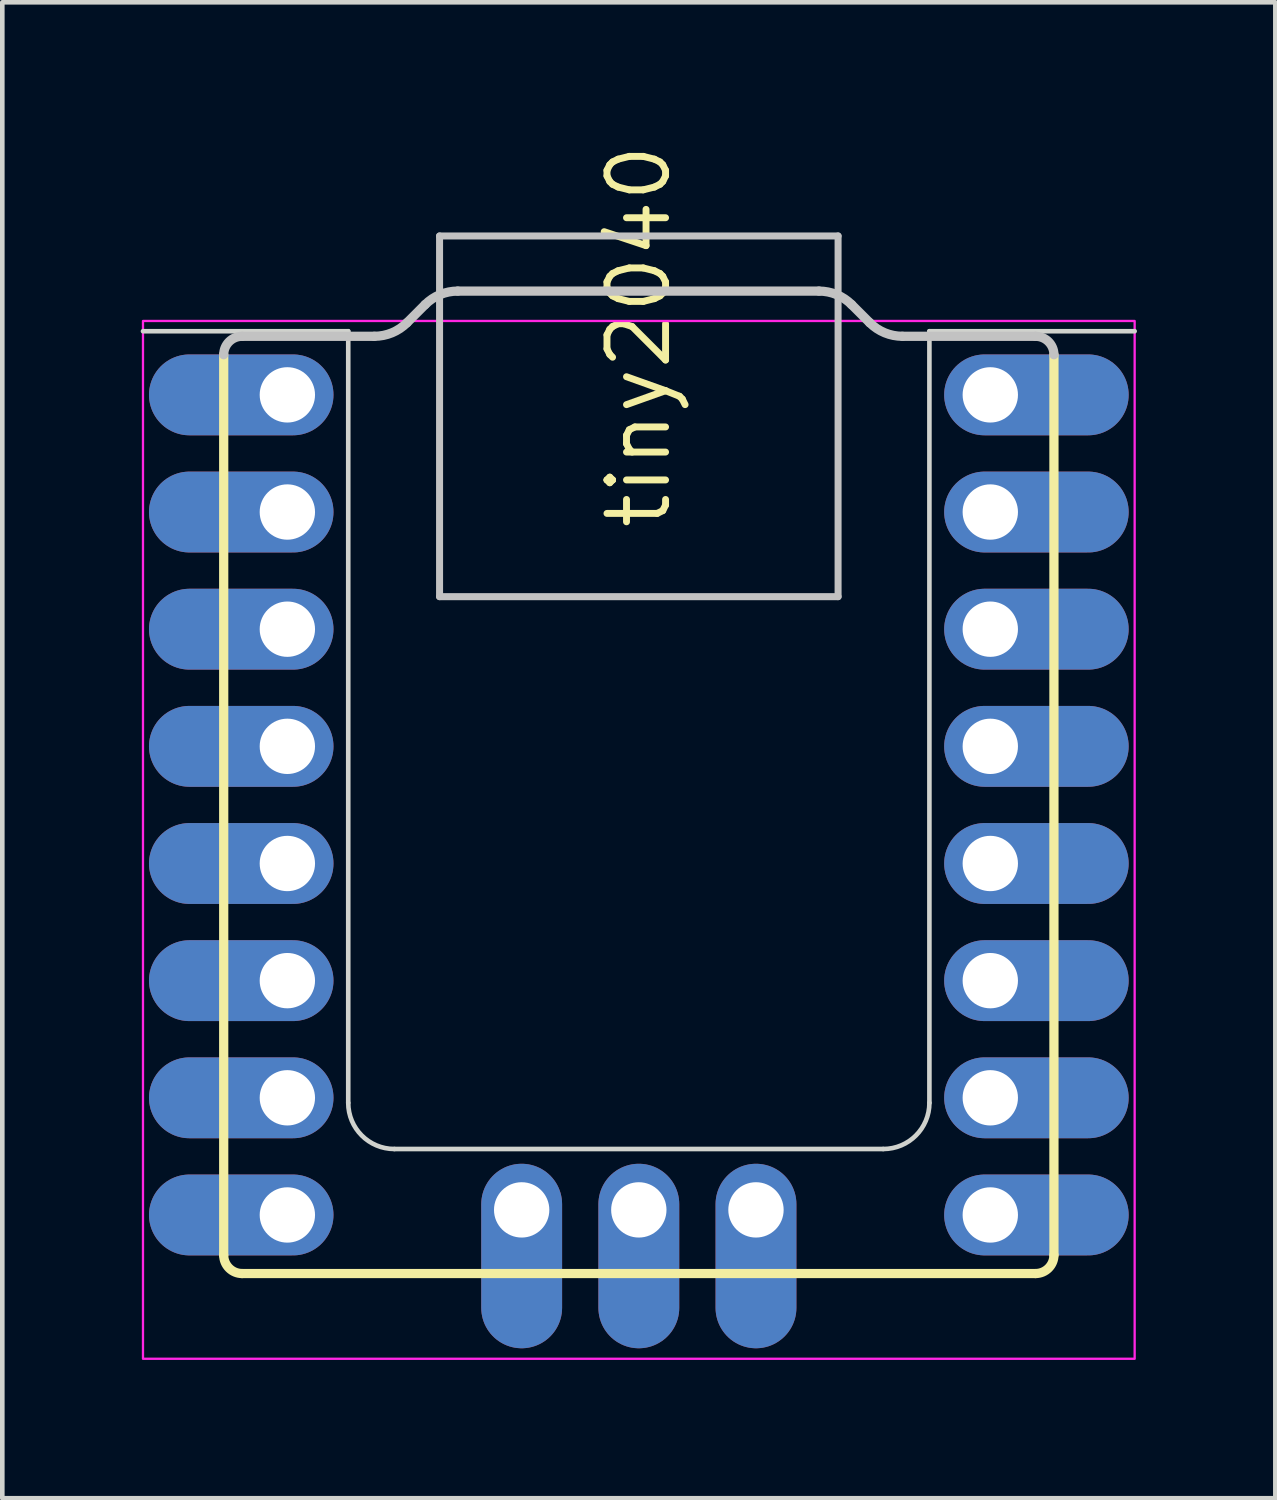
<source format=kicad_pcb>
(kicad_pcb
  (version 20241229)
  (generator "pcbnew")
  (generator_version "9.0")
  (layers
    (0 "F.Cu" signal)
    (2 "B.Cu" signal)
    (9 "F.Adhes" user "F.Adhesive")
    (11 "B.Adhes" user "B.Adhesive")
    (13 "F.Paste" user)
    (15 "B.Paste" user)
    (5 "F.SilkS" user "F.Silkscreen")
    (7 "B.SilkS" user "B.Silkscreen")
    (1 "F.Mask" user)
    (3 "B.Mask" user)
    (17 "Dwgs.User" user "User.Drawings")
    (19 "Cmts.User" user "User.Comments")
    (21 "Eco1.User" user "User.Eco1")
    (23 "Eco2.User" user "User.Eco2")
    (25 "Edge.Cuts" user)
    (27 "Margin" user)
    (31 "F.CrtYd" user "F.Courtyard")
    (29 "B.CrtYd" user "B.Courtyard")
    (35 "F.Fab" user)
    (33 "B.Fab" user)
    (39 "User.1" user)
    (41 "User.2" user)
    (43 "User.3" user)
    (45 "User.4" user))
  (footprint "tiny2040"
    (layer "F.Cu")
    (at 10.92 14.381)
    (property "Reference" "tiny2040" (at -0.12 -10.14 270) (layer "F.SilkS") (effects (font (size 1.27 1.27) (thickness 0.15))))
    (fp_line (start -9.12 9.78) (end -9.12 -9.74) (stroke (width 0.2) (type solid)) (layer "F.SilkS"))
    (fp_line (start -8.72 10.18) (end 8.48 10.18) (stroke (width 0.2) (type solid)) (layer "F.SilkS"))
    (fp_line (start 8.88 -9.74) (end 8.88 9.78) (stroke (width 0.2) (type solid)) (layer "F.SilkS"))
    (fp_arc (start -8.72 10.18) (mid -9.002843 10.062843) (end -9.12 9.78) (stroke (width 0.2) (type solid)) (layer "F.SilkS"))
    (fp_arc (start 8.88 9.78) (mid 8.762849 10.062855) (end 8.48 10.18) (stroke (width 0.2) (type solid)) (layer "F.SilkS"))
    (fp_line (start -8.72 -10.14) (end -5.854 -10.14) (stroke (width 0.2) (type solid)) (layer "Dwgs.User"))
    (fp_line (start -5.147 -10.433) (end -4.753 -10.827) (stroke (width 0.2) (type solid)) (layer "Dwgs.User"))
    (fp_line (start -4.44 -4.495) (end -4.44 -12.315) (stroke (width 0.152) (type solid)) (layer "Dwgs.User"))
    (fp_line (start -4.046 -11.12) (end 3.786 -11.12) (stroke (width 0.2) (type solid)) (layer "Dwgs.User"))
    (fp_line (start 4.2 -12.315) (end -4.44 -12.315) (stroke (width 0.152) (type solid)) (layer "Dwgs.User"))
    (fp_line (start 4.2 -12.315) (end 4.2 -4.495) (stroke (width 0.152) (type solid)) (layer "Dwgs.User"))
    (fp_line (start 4.2 -4.495) (end -4.44 -4.495) (stroke (width 0.152) (type solid)) (layer "Dwgs.User"))
    (fp_line (start 4.493 -10.827) (end 4.887 -10.433) (stroke (width 0.2) (type solid)) (layer "Dwgs.User"))
    (fp_line (start 5.594 -10.14) (end 8.48 -10.14) (stroke (width 0.2) (type solid)) (layer "Dwgs.User"))
    (fp_arc (start -9.12 -9.74) (mid -9.002843 -10.022843) (end -8.72 -10.14) (stroke (width 0.2) (type solid)) (layer "Dwgs.User"))
    (fp_arc (start -5.147107 -10.432893) (mid -5.47153 -10.216121) (end -5.854212 -10.14) (stroke (width 0.2) (type solid)) (layer "Dwgs.User"))
    (fp_arc (start -4.752893 -10.827106) (mid -4.428467 -11.043871) (end -4.045787 -11.120001) (stroke (width 0.2) (type solid)) (layer "Dwgs.User"))
    (fp_arc (start 3.785787 -11.12) (mid 4.168472 -11.043886) (end 4.492892 -10.827106) (stroke (width 0.2) (type solid)) (layer "Dwgs.User"))
    (fp_arc (start 5.594211 -10.14) (mid 5.211528 -10.21612) (end 4.887106 -10.432893) (stroke (width 0.2) (type solid)) (layer "Dwgs.User"))
    (fp_arc (start 8.48 -10.14) (mid 8.762849 -10.022844) (end 8.88 -9.74) (stroke (width 0.2) (type solid)) (layer "Dwgs.User"))
    (fp_line (start -6.42 -10.25) (end -10.87 -10.25) (stroke (width 0.1) (type default)) (layer "Edge.Cuts"))
    (fp_line (start -6.42 6.48) (end -6.42 -10.25) (stroke (width 0.1) (type solid)) (layer "Edge.Cuts"))
    (fp_line (start 5.18 7.48) (end -5.42 7.48) (stroke (width 0.1) (type solid)) (layer "Edge.Cuts"))
    (fp_line (start 6.18 -10.25) (end 6.18 6.48) (stroke (width 0.1) (type solid)) (layer "Edge.Cuts"))
    (fp_line (start 6.18 -10.25) (end 10.63 -10.25) (stroke (width 0.1) (type default)) (layer "Edge.Cuts"))
    (fp_arc (start -5.42 7.48) (mid -6.1271 7.187106) (end -6.42 6.48) (stroke (width 0.1) (type solid)) (layer "Edge.Cuts"))
    (fp_arc (start 6.18 6.48) (mid 5.887113 7.187119) (end 5.18 7.48) (stroke (width 0.1) (type solid)) (layer "Edge.Cuts"))
    (fp_rect (start -10.87 -10.472) (end 10.63 12.028) (stroke (width 0.05) (type default)) (fill no) (layer "F.CrtYd"))
    (fp_line (start -4.44 -4.495) (end -4.44 -6.585) (stroke (width 0.01) (type solid)) (layer "F.Fab"))
    (fp_line (start -4.44 -4.485) (end -4.44 -4.495) (stroke (width 0.01) (type solid)) (layer "F.Fab"))
    (fp_line (start 4.2 -8.915) (end 4.2 -10.515) (stroke (width 0.01) (type solid)) (layer "F.Fab"))
    (fp_line (start 4.2 -4.495) (end 4.2 -6.585) (stroke (width 0.01) (type solid)) (layer "F.Fab"))
    (fp_line (start 4.2 -4.485) (end 4.2 -4.495) (stroke (width 0.01) (type solid)) (layer "F.Fab"))
    (pad "1" thru_hole oval (at -7.74 -8.87) (size 4 1.753) (drill 1.2 (offset -1 0)) (layers "*.Cu" "*.Mask"))
    (pad "2" thru_hole oval (at -7.74 -6.33) (size 4 1.753) (drill 1.2 (offset -1 0)) (layers "*.Cu" "*.Mask"))
    (pad "3" thru_hole oval (at -7.74 -3.79) (size 4 1.753) (drill 1.2 (offset -1 0)) (layers "*.Cu" "*.Mask"))
    (pad "4" thru_hole oval (at -7.74 -1.25) (size 4 1.753) (drill 1.2 (offset -1 0)) (layers "*.Cu" "*.Mask"))
    (pad "5" thru_hole oval (at -7.74 1.29) (size 4 1.753) (drill 1.2 (offset -1 0)) (layers "*.Cu" "*.Mask"))
    (pad "6" thru_hole oval (at -7.74 3.83) (size 4 1.753) (drill 1.2 (offset -1 0)) (layers "*.Cu" "*.Mask"))
    (pad "7" thru_hole oval (at -7.74 6.37) (size 4 1.753) (drill 1.2 (offset -1 0)) (layers "*.Cu" "*.Mask"))
    (pad "8" thru_hole oval (at -7.74 8.91) (size 4 1.753) (drill 1.2 (offset -1 0)) (layers "*.Cu" "*.Mask"))
    (pad "9" thru_hole oval (at 7.5 8.91) (size 4 1.753) (drill 1.2 (offset 1 0)) (layers "*.Cu" "*.Mask"))
    (pad "10" thru_hole oval (at 7.5 6.37) (size 4 1.753) (drill 1.2 (offset 1 0)) (layers "*.Cu" "*.Mask"))
    (pad "11" thru_hole oval (at 7.5 3.83) (size 4 1.753) (drill 1.2 (offset 1 0)) (layers "*.Cu" "*.Mask"))
    (pad "12" thru_hole oval (at 7.5 1.29) (size 4 1.753) (drill 1.2 (offset 1 0)) (layers "*.Cu" "*.Mask"))
    (pad "13" thru_hole oval (at 7.5 -1.25) (size 4 1.753) (drill 1.2 (offset 1 0)) (layers "*.Cu" "*.Mask"))
    (pad "14" thru_hole oval (at 7.5 -3.79) (size 4 1.753) (drill 1.2 (offset 1 0)) (layers "*.Cu" "*.Mask"))
    (pad "15" thru_hole oval (at 7.5 -6.33) (size 4 1.753) (drill 1.2 (offset 1 0)) (layers "*.Cu" "*.Mask"))
    (pad "16" thru_hole oval (at 7.5 -8.87) (size 4 1.753) (drill 1.2 (offset 1 0)) (layers "*.Cu" "*.Mask"))
    (pad "17" thru_hole oval (at -2.66 8.8 90) (size 4 1.753) (drill 1.2 (offset -1 0)) (layers "*.Cu" "*.Mask"))
    (pad "18" thru_hole oval (at -0.12 8.8 90) (size 4 1.753) (drill 1.2 (offset -1 0)) (layers "*.Cu" "*.Mask"))
    (pad "19" thru_hole oval (at 2.42 8.8 90) (size 4 1.753) (drill 1.2 (offset -1 0)) (layers "*.Cu" "*.Mask"))
    (zone (net_name "") (layer "F.Cu") (hatch edge 0.508) (connect_pads) (min_thickness 0.254) (filled_areas_thickness no) (keepout (tracks not_allowed) (vias not_allowed) (pads not_allowed) (copperpour not_allowed) (footprints allowed)) (placement (enabled no)) (fill) (polygon (pts (xy 4.4 21.641) (xy 4.4 24.241) (xy 7 24.241) (xy 7 21.641))))
    (zone (net_name "") (layer "F.Cu") (hatch edge 0.508) (connect_pads) (min_thickness 0.254) (filled_areas_thickness no) (keepout (tracks not_allowed) (vias not_allowed) (pads not_allowed) (copperpour not_allowed) (footprints allowed)) (placement (enabled no)) (fill) (polygon (pts (xy 14.6 21.641) (xy 14.6 24.241) (xy 17.2 24.241) (xy 17.2 21.641)))))
  (gr_rect
    (start -3 -3)
    (end 24.6 29.433)
    (stroke (width 0.1) (type default))
    (fill no)
    (layer "Edge.Cuts")))
</source>
